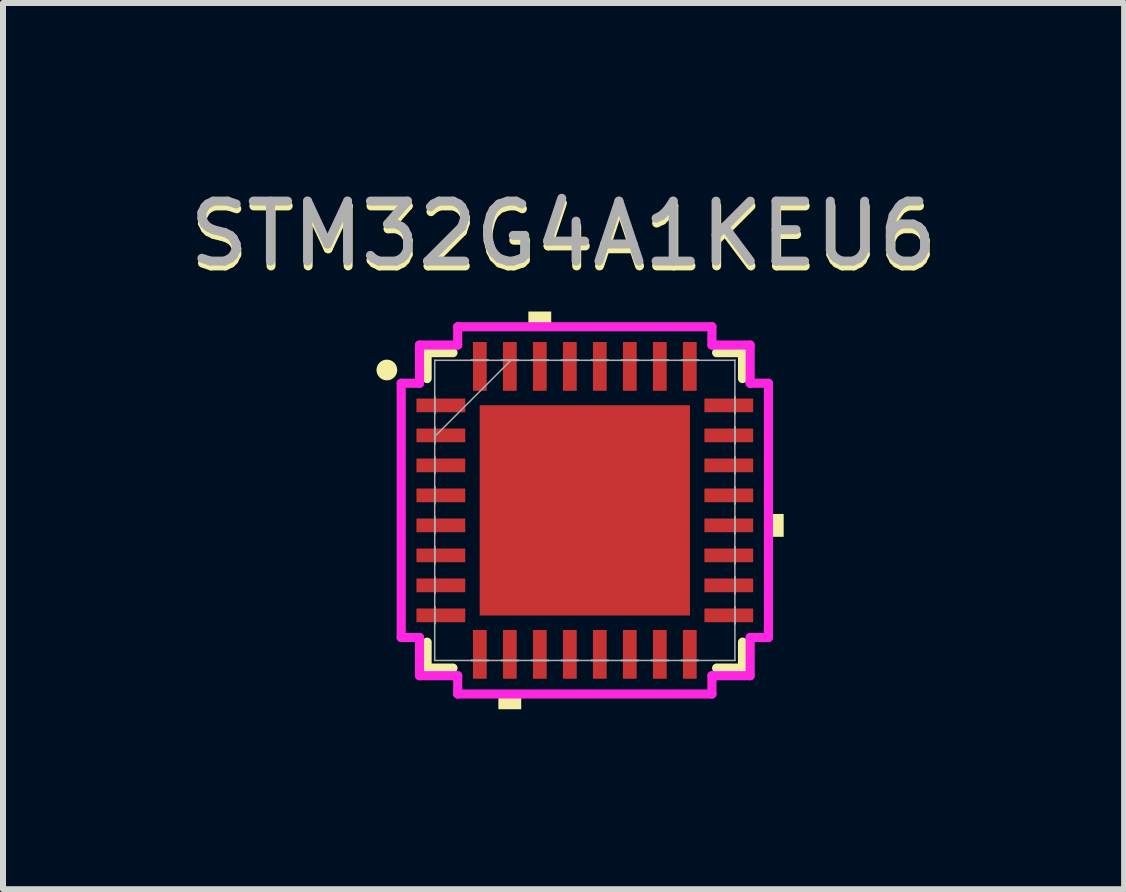
<source format=kicad_pcb>
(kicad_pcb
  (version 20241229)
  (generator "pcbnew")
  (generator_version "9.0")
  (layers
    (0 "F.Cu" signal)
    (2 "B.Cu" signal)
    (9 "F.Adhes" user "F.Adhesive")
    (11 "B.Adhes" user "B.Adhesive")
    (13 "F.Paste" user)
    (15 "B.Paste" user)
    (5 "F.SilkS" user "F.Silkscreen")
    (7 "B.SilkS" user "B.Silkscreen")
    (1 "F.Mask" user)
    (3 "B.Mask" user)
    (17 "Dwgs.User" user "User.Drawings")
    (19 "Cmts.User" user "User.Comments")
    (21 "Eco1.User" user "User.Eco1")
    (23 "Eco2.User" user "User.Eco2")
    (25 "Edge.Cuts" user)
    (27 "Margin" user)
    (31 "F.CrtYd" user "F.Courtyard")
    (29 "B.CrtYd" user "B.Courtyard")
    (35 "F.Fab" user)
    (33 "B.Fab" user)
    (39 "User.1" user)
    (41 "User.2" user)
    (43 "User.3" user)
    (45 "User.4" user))
  (footprint "STM32G4A1KEU6"
    (layer "F.Cu")
    (at 6.699 5.458)
    (property "Reference" "STM32G4A1KEU6" (at -0.35 -4.53 0) (unlocked yes) (layer "F.SilkS") (effects (font (size 1 1) (thickness 0.15))))
    (attr smd)
    (fp_line (start -2.629 -2.629) (end -2.629 -2.197) (stroke (width 0.152) (type solid)) (layer "F.SilkS"))
    (fp_line (start -2.629 2.197) (end -2.629 2.629) (stroke (width 0.152) (type solid)) (layer "F.SilkS"))
    (fp_line (start -2.629 2.629) (end -2.197 2.629) (stroke (width 0.152) (type solid)) (layer "F.SilkS"))
    (fp_line (start -2.197 -2.629) (end -2.629 -2.629) (stroke (width 0.152) (type solid)) (layer "F.SilkS"))
    (fp_line (start 2.197 2.629) (end 2.629 2.629) (stroke (width 0.152) (type solid)) (layer "F.SilkS"))
    (fp_line (start 2.629 -2.629) (end 2.197 -2.629) (stroke (width 0.152) (type solid)) (layer "F.SilkS"))
    (fp_line (start 2.629 -2.197) (end 2.629 -2.629) (stroke (width 0.152) (type solid)) (layer "F.SilkS"))
    (fp_line (start 2.629 2.629) (end 2.629 2.197) (stroke (width 0.152) (type solid)) (layer "F.SilkS"))
    (fp_circle (center -3.3 -2.34) (end -3.187 -2.34) (stroke (width 0.12) (type solid)) (fill yes) (layer "F.SilkS"))
    (fp_poly (pts (xy -1.441 3.061) (xy -1.441 3.315) (xy -1.06 3.315) (xy -1.06 3.061)) (stroke (width 0) (type solid)) (fill yes) (layer "F.SilkS"))
    (fp_poly (pts (xy -0.941 -3.061) (xy -0.941 -3.315) (xy -0.56 -3.315) (xy -0.56 -3.061)) (stroke (width 0) (type solid)) (fill yes) (layer "F.SilkS"))
    (fp_poly (pts (xy 3.315 0.06) (xy 3.315 0.441) (xy 3.061 0.441) (xy 3.061 0.06)) (stroke (width 0) (type solid)) (fill yes) (layer "F.SilkS"))
    (fp_poly (pts (xy -1.653 -1.653) (xy -1.653 -0.1) (xy -0.1 -0.1) (xy -0.1 -1.653)) (stroke (width 0) (type solid)) (fill yes) (layer "F.Paste"))
    (fp_poly (pts (xy -1.653 0.1) (xy -1.653 1.653) (xy -0.1 1.653) (xy -0.1 0.1)) (stroke (width 0) (type solid)) (fill yes) (layer "F.Paste"))
    (fp_poly (pts (xy 0.1 -1.653) (xy 0.1 -0.1) (xy 1.653 -0.1) (xy 1.653 -1.653)) (stroke (width 0) (type solid)) (fill yes) (layer "F.Paste"))
    (fp_poly (pts (xy 0.1 0.1) (xy 0.1 1.653) (xy 1.653 1.653) (xy 1.653 0.1)) (stroke (width 0) (type solid)) (fill yes) (layer "F.Paste"))
    (fp_line (start -3.061 -2.119) (end -2.756 -2.119) (stroke (width 0.152) (type solid)) (layer "F.CrtYd"))
    (fp_line (start -3.061 2.119) (end -3.061 -2.119) (stroke (width 0.152) (type solid)) (layer "F.CrtYd"))
    (fp_line (start -2.756 -2.756) (end -2.119 -2.756) (stroke (width 0.152) (type solid)) (layer "F.CrtYd"))
    (fp_line (start -2.756 -2.119) (end -2.756 -2.756) (stroke (width 0.152) (type solid)) (layer "F.CrtYd"))
    (fp_line (start -2.756 2.119) (end -3.061 2.119) (stroke (width 0.152) (type solid)) (layer "F.CrtYd"))
    (fp_line (start -2.756 2.756) (end -2.756 2.119) (stroke (width 0.152) (type solid)) (layer "F.CrtYd"))
    (fp_line (start -2.119 -3.061) (end 2.119 -3.061) (stroke (width 0.152) (type solid)) (layer "F.CrtYd"))
    (fp_line (start -2.119 -2.756) (end -2.119 -3.061) (stroke (width 0.152) (type solid)) (layer "F.CrtYd"))
    (fp_line (start -2.119 2.756) (end -2.756 2.756) (stroke (width 0.152) (type solid)) (layer "F.CrtYd"))
    (fp_line (start -2.119 3.061) (end -2.119 2.756) (stroke (width 0.152) (type solid)) (layer "F.CrtYd"))
    (fp_line (start 2.119 -3.061) (end 2.119 -2.756) (stroke (width 0.152) (type solid)) (layer "F.CrtYd"))
    (fp_line (start 2.119 -2.756) (end 2.756 -2.756) (stroke (width 0.152) (type solid)) (layer "F.CrtYd"))
    (fp_line (start 2.119 2.756) (end 2.119 3.061) (stroke (width 0.152) (type solid)) (layer "F.CrtYd"))
    (fp_line (start 2.119 3.061) (end -2.119 3.061) (stroke (width 0.152) (type solid)) (layer "F.CrtYd"))
    (fp_line (start 2.756 -2.756) (end 2.756 -2.119) (stroke (width 0.152) (type solid)) (layer "F.CrtYd"))
    (fp_line (start 2.756 -2.119) (end 3.061 -2.119) (stroke (width 0.152) (type solid)) (layer "F.CrtYd"))
    (fp_line (start 2.756 2.119) (end 2.756 2.756) (stroke (width 0.152) (type solid)) (layer "F.CrtYd"))
    (fp_line (start 2.756 2.756) (end 2.119 2.756) (stroke (width 0.152) (type solid)) (layer "F.CrtYd"))
    (fp_line (start 3.061 -2.119) (end 3.061 2.119) (stroke (width 0.152) (type solid)) (layer "F.CrtYd"))
    (fp_line (start 3.061 2.119) (end 2.756 2.119) (stroke (width 0.152) (type solid)) (layer "F.CrtYd"))
    (fp_line (start -2.502 -2.502) (end -2.502 -2.502) (stroke (width 0.025) (type solid)) (layer "F.Fab"))
    (fp_line (start -2.502 -2.502) (end -2.502 2.502) (stroke (width 0.025) (type solid)) (layer "F.Fab"))
    (fp_line (start -2.502 -1.89) (end -2.502 -1.89) (stroke (width 0.025) (type solid)) (layer "F.Fab"))
    (fp_line (start -2.502 -1.89) (end -2.502 -1.611) (stroke (width 0.025) (type solid)) (layer "F.Fab"))
    (fp_line (start -2.502 -1.611) (end -2.502 -1.89) (stroke (width 0.025) (type solid)) (layer "F.Fab"))
    (fp_line (start -2.502 -1.611) (end -2.502 -1.611) (stroke (width 0.025) (type solid)) (layer "F.Fab"))
    (fp_line (start -2.502 -1.39) (end -2.502 -1.39) (stroke (width 0.025) (type solid)) (layer "F.Fab"))
    (fp_line (start -2.502 -1.39) (end -2.502 -1.111) (stroke (width 0.025) (type solid)) (layer "F.Fab"))
    (fp_line (start -2.502 -1.232) (end -1.232 -2.502) (stroke (width 0.025) (type solid)) (layer "F.Fab"))
    (fp_line (start -2.502 -1.111) (end -2.502 -1.39) (stroke (width 0.025) (type solid)) (layer "F.Fab"))
    (fp_line (start -2.502 -1.111) (end -2.502 -1.111) (stroke (width 0.025) (type solid)) (layer "F.Fab"))
    (fp_line (start -2.502 -0.89) (end -2.502 -0.89) (stroke (width 0.025) (type solid)) (layer "F.Fab"))
    (fp_line (start -2.502 -0.89) (end -2.502 -0.61) (stroke (width 0.025) (type solid)) (layer "F.Fab"))
    (fp_line (start -2.502 -0.61) (end -2.502 -0.89) (stroke (width 0.025) (type solid)) (layer "F.Fab"))
    (fp_line (start -2.502 -0.61) (end -2.502 -0.61) (stroke (width 0.025) (type solid)) (layer "F.Fab"))
    (fp_line (start -2.502 -0.39) (end -2.502 -0.39) (stroke (width 0.025) (type solid)) (layer "F.Fab"))
    (fp_line (start -2.502 -0.39) (end -2.502 -0.11) (stroke (width 0.025) (type solid)) (layer "F.Fab"))
    (fp_line (start -2.502 -0.11) (end -2.502 -0.39) (stroke (width 0.025) (type solid)) (layer "F.Fab"))
    (fp_line (start -2.502 -0.11) (end -2.502 -0.11) (stroke (width 0.025) (type solid)) (layer "F.Fab"))
    (fp_line (start -2.502 0.11) (end -2.502 0.11) (stroke (width 0.025) (type solid)) (layer "F.Fab"))
    (fp_line (start -2.502 0.11) (end -2.502 0.39) (stroke (width 0.025) (type solid)) (layer "F.Fab"))
    (fp_line (start -2.502 0.39) (end -2.502 0.11) (stroke (width 0.025) (type solid)) (layer "F.Fab"))
    (fp_line (start -2.502 0.39) (end -2.502 0.39) (stroke (width 0.025) (type solid)) (layer "F.Fab"))
    (fp_line (start -2.502 0.61) (end -2.502 0.61) (stroke (width 0.025) (type solid)) (layer "F.Fab"))
    (fp_line (start -2.502 0.61) (end -2.502 0.89) (stroke (width 0.025) (type solid)) (layer "F.Fab"))
    (fp_line (start -2.502 0.89) (end -2.502 0.61) (stroke (width 0.025) (type solid)) (layer "F.Fab"))
    (fp_line (start -2.502 0.89) (end -2.502 0.89) (stroke (width 0.025) (type solid)) (layer "F.Fab"))
    (fp_line (start -2.502 1.111) (end -2.502 1.111) (stroke (width 0.025) (type solid)) (layer "F.Fab"))
    (fp_line (start -2.502 1.111) (end -2.502 1.39) (stroke (width 0.025) (type solid)) (layer "F.Fab"))
    (fp_line (start -2.502 1.39) (end -2.502 1.111) (stroke (width 0.025) (type solid)) (layer "F.Fab"))
    (fp_line (start -2.502 1.39) (end -2.502 1.39) (stroke (width 0.025) (type solid)) (layer "F.Fab"))
    (fp_line (start -2.502 1.611) (end -2.502 1.611) (stroke (width 0.025) (type solid)) (layer "F.Fab"))
    (fp_line (start -2.502 1.611) (end -2.502 1.89) (stroke (width 0.025) (type solid)) (layer "F.Fab"))
    (fp_line (start -2.502 1.89) (end -2.502 1.611) (stroke (width 0.025) (type solid)) (layer "F.Fab"))
    (fp_line (start -2.502 1.89) (end -2.502 1.89) (stroke (width 0.025) (type solid)) (layer "F.Fab"))
    (fp_line (start -2.502 2.502) (end -2.502 2.502) (stroke (width 0.025) (type solid)) (layer "F.Fab"))
    (fp_line (start -2.502 2.502) (end 2.502 2.502) (stroke (width 0.025) (type solid)) (layer "F.Fab"))
    (fp_line (start -1.89 -2.502) (end -1.89 -2.502) (stroke (width 0.025) (type solid)) (layer "F.Fab"))
    (fp_line (start -1.89 -2.502) (end -1.611 -2.502) (stroke (width 0.025) (type solid)) (layer "F.Fab"))
    (fp_line (start -1.89 2.502) (end -1.89 2.502) (stroke (width 0.025) (type solid)) (layer "F.Fab"))
    (fp_line (start -1.89 2.502) (end -1.611 2.502) (stroke (width 0.025) (type solid)) (layer "F.Fab"))
    (fp_line (start -1.611 -2.502) (end -1.89 -2.502) (stroke (width 0.025) (type solid)) (layer "F.Fab"))
    (fp_line (start -1.611 -2.502) (end -1.611 -2.502) (stroke (width 0.025) (type solid)) (layer "F.Fab"))
    (fp_line (start -1.611 2.502) (end -1.89 2.502) (stroke (width 0.025) (type solid)) (layer "F.Fab"))
    (fp_line (start -1.611 2.502) (end -1.611 2.502) (stroke (width 0.025) (type solid)) (layer "F.Fab"))
    (fp_line (start -1.39 -2.502) (end -1.39 -2.502) (stroke (width 0.025) (type solid)) (layer "F.Fab"))
    (fp_line (start -1.39 -2.502) (end -1.111 -2.502) (stroke (width 0.025) (type solid)) (layer "F.Fab"))
    (fp_line (start -1.39 2.502) (end -1.39 2.502) (stroke (width 0.025) (type solid)) (layer "F.Fab"))
    (fp_line (start -1.39 2.502) (end -1.111 2.502) (stroke (width 0.025) (type solid)) (layer "F.Fab"))
    (fp_line (start -1.111 -2.502) (end -1.39 -2.502) (stroke (width 0.025) (type solid)) (layer "F.Fab"))
    (fp_line (start -1.111 -2.502) (end -1.111 -2.502) (stroke (width 0.025) (type solid)) (layer "F.Fab"))
    (fp_line (start -1.111 2.502) (end -1.39 2.502) (stroke (width 0.025) (type solid)) (layer "F.Fab"))
    (fp_line (start -1.111 2.502) (end -1.111 2.502) (stroke (width 0.025) (type solid)) (layer "F.Fab"))
    (fp_line (start -0.89 -2.502) (end -0.89 -2.502) (stroke (width 0.025) (type solid)) (layer "F.Fab"))
    (fp_line (start -0.89 -2.502) (end -0.61 -2.502) (stroke (width 0.025) (type solid)) (layer "F.Fab"))
    (fp_line (start -0.89 2.502) (end -0.89 2.502) (stroke (width 0.025) (type solid)) (layer "F.Fab"))
    (fp_line (start -0.89 2.502) (end -0.61 2.502) (stroke (width 0.025) (type solid)) (layer "F.Fab"))
    (fp_line (start -0.61 -2.502) (end -0.89 -2.502) (stroke (width 0.025) (type solid)) (layer "F.Fab"))
    (fp_line (start -0.61 -2.502) (end -0.61 -2.502) (stroke (width 0.025) (type solid)) (layer "F.Fab"))
    (fp_line (start -0.61 2.502) (end -0.89 2.502) (stroke (width 0.025) (type solid)) (layer "F.Fab"))
    (fp_line (start -0.61 2.502) (end -0.61 2.502) (stroke (width 0.025) (type solid)) (layer "F.Fab"))
    (fp_line (start -0.39 -2.502) (end -0.39 -2.502) (stroke (width 0.025) (type solid)) (layer "F.Fab"))
    (fp_line (start -0.39 -2.502) (end -0.11 -2.502) (stroke (width 0.025) (type solid)) (layer "F.Fab"))
    (fp_line (start -0.39 2.502) (end -0.39 2.502) (stroke (width 0.025) (type solid)) (layer "F.Fab"))
    (fp_line (start -0.39 2.502) (end -0.11 2.502) (stroke (width 0.025) (type solid)) (layer "F.Fab"))
    (fp_line (start -0.11 -2.502) (end -0.39 -2.502) (stroke (width 0.025) (type solid)) (layer "F.Fab"))
    (fp_line (start -0.11 -2.502) (end -0.11 -2.502) (stroke (width 0.025) (type solid)) (layer "F.Fab"))
    (fp_line (start -0.11 2.502) (end -0.39 2.502) (stroke (width 0.025) (type solid)) (layer "F.Fab"))
    (fp_line (start -0.11 2.502) (end -0.11 2.502) (stroke (width 0.025) (type solid)) (layer "F.Fab"))
    (fp_line (start 0.11 -2.502) (end 0.11 -2.502) (stroke (width 0.025) (type solid)) (layer "F.Fab"))
    (fp_line (start 0.11 -2.502) (end 0.39 -2.502) (stroke (width 0.025) (type solid)) (layer "F.Fab"))
    (fp_line (start 0.11 2.502) (end 0.11 2.502) (stroke (width 0.025) (type solid)) (layer "F.Fab"))
    (fp_line (start 0.11 2.502) (end 0.39 2.502) (stroke (width 0.025) (type solid)) (layer "F.Fab"))
    (fp_line (start 0.39 -2.502) (end 0.11 -2.502) (stroke (width 0.025) (type solid)) (layer "F.Fab"))
    (fp_line (start 0.39 -2.502) (end 0.39 -2.502) (stroke (width 0.025) (type solid)) (layer "F.Fab"))
    (fp_line (start 0.39 2.502) (end 0.11 2.502) (stroke (width 0.025) (type solid)) (layer "F.Fab"))
    (fp_line (start 0.39 2.502) (end 0.39 2.502) (stroke (width 0.025) (type solid)) (layer "F.Fab"))
    (fp_line (start 0.61 -2.502) (end 0.61 -2.502) (stroke (width 0.025) (type solid)) (layer "F.Fab"))
    (fp_line (start 0.61 -2.502) (end 0.89 -2.502) (stroke (width 0.025) (type solid)) (layer "F.Fab"))
    (fp_line (start 0.61 2.502) (end 0.61 2.502) (stroke (width 0.025) (type solid)) (layer "F.Fab"))
    (fp_line (start 0.61 2.502) (end 0.89 2.502) (stroke (width 0.025) (type solid)) (layer "F.Fab"))
    (fp_line (start 0.89 -2.502) (end 0.61 -2.502) (stroke (width 0.025) (type solid)) (layer "F.Fab"))
    (fp_line (start 0.89 -2.502) (end 0.89 -2.502) (stroke (width 0.025) (type solid)) (layer "F.Fab"))
    (fp_line (start 0.89 2.502) (end 0.61 2.502) (stroke (width 0.025) (type solid)) (layer "F.Fab"))
    (fp_line (start 0.89 2.502) (end 0.89 2.502) (stroke (width 0.025) (type solid)) (layer "F.Fab"))
    (fp_line (start 1.111 -2.502) (end 1.111 -2.502) (stroke (width 0.025) (type solid)) (layer "F.Fab"))
    (fp_line (start 1.111 -2.502) (end 1.39 -2.502) (stroke (width 0.025) (type solid)) (layer "F.Fab"))
    (fp_line (start 1.111 2.502) (end 1.111 2.502) (stroke (width 0.025) (type solid)) (layer "F.Fab"))
    (fp_line (start 1.111 2.502) (end 1.39 2.502) (stroke (width 0.025) (type solid)) (layer "F.Fab"))
    (fp_line (start 1.39 -2.502) (end 1.111 -2.502) (stroke (width 0.025) (type solid)) (layer "F.Fab"))
    (fp_line (start 1.39 -2.502) (end 1.39 -2.502) (stroke (width 0.025) (type solid)) (layer "F.Fab"))
    (fp_line (start 1.39 2.502) (end 1.111 2.502) (stroke (width 0.025) (type solid)) (layer "F.Fab"))
    (fp_line (start 1.39 2.502) (end 1.39 2.502) (stroke (width 0.025) (type solid)) (layer "F.Fab"))
    (fp_line (start 1.611 -2.502) (end 1.611 -2.502) (stroke (width 0.025) (type solid)) (layer "F.Fab"))
    (fp_line (start 1.611 -2.502) (end 1.89 -2.502) (stroke (width 0.025) (type solid)) (layer "F.Fab"))
    (fp_line (start 1.611 2.502) (end 1.611 2.502) (stroke (width 0.025) (type solid)) (layer "F.Fab"))
    (fp_line (start 1.611 2.502) (end 1.89 2.502) (stroke (width 0.025) (type solid)) (layer "F.Fab"))
    (fp_line (start 1.89 -2.502) (end 1.611 -2.502) (stroke (width 0.025) (type solid)) (layer "F.Fab"))
    (fp_line (start 1.89 -2.502) (end 1.89 -2.502) (stroke (width 0.025) (type solid)) (layer "F.Fab"))
    (fp_line (start 1.89 2.502) (end 1.611 2.502) (stroke (width 0.025) (type solid)) (layer "F.Fab"))
    (fp_line (start 1.89 2.502) (end 1.89 2.502) (stroke (width 0.025) (type solid)) (layer "F.Fab"))
    (fp_line (start 2.502 -2.502) (end -2.502 -2.502) (stroke (width 0.025) (type solid)) (layer "F.Fab"))
    (fp_line (start 2.502 -2.502) (end 2.502 -2.502) (stroke (width 0.025) (type solid)) (layer "F.Fab"))
    (fp_line (start 2.502 -1.89) (end 2.502 -1.89) (stroke (width 0.025) (type solid)) (layer "F.Fab"))
    (fp_line (start 2.502 -1.89) (end 2.502 -1.611) (stroke (width 0.025) (type solid)) (layer "F.Fab"))
    (fp_line (start 2.502 -1.611) (end 2.502 -1.89) (stroke (width 0.025) (type solid)) (layer "F.Fab"))
    (fp_line (start 2.502 -1.611) (end 2.502 -1.611) (stroke (width 0.025) (type solid)) (layer "F.Fab"))
    (fp_line (start 2.502 -1.39) (end 2.502 -1.39) (stroke (width 0.025) (type solid)) (layer "F.Fab"))
    (fp_line (start 2.502 -1.39) (end 2.502 -1.111) (stroke (width 0.025) (type solid)) (layer "F.Fab"))
    (fp_line (start 2.502 -1.111) (end 2.502 -1.39) (stroke (width 0.025) (type solid)) (layer "F.Fab"))
    (fp_line (start 2.502 -1.111) (end 2.502 -1.111) (stroke (width 0.025) (type solid)) (layer "F.Fab"))
    (fp_line (start 2.502 -0.89) (end 2.502 -0.89) (stroke (width 0.025) (type solid)) (layer "F.Fab"))
    (fp_line (start 2.502 -0.89) (end 2.502 -0.61) (stroke (width 0.025) (type solid)) (layer "F.Fab"))
    (fp_line (start 2.502 -0.61) (end 2.502 -0.89) (stroke (width 0.025) (type solid)) (layer "F.Fab"))
    (fp_line (start 2.502 -0.61) (end 2.502 -0.61) (stroke (width 0.025) (type solid)) (layer "F.Fab"))
    (fp_line (start 2.502 -0.39) (end 2.502 -0.39) (stroke (width 0.025) (type solid)) (layer "F.Fab"))
    (fp_line (start 2.502 -0.39) (end 2.502 -0.11) (stroke (width 0.025) (type solid)) (layer "F.Fab"))
    (fp_line (start 2.502 -0.11) (end 2.502 -0.39) (stroke (width 0.025) (type solid)) (layer "F.Fab"))
    (fp_line (start 2.502 -0.11) (end 2.502 -0.11) (stroke (width 0.025) (type solid)) (layer "F.Fab"))
    (fp_line (start 2.502 0.11) (end 2.502 0.11) (stroke (width 0.025) (type solid)) (layer "F.Fab"))
    (fp_line (start 2.502 0.11) (end 2.502 0.39) (stroke (width 0.025) (type solid)) (layer "F.Fab"))
    (fp_line (start 2.502 0.39) (end 2.502 0.11) (stroke (width 0.025) (type solid)) (layer "F.Fab"))
    (fp_line (start 2.502 0.39) (end 2.502 0.39) (stroke (width 0.025) (type solid)) (layer "F.Fab"))
    (fp_line (start 2.502 0.61) (end 2.502 0.61) (stroke (width 0.025) (type solid)) (layer "F.Fab"))
    (fp_line (start 2.502 0.61) (end 2.502 0.89) (stroke (width 0.025) (type solid)) (layer "F.Fab"))
    (fp_line (start 2.502 0.89) (end 2.502 0.61) (stroke (width 0.025) (type solid)) (layer "F.Fab"))
    (fp_line (start 2.502 0.89) (end 2.502 0.89) (stroke (width 0.025) (type solid)) (layer "F.Fab"))
    (fp_line (start 2.502 1.111) (end 2.502 1.111) (stroke (width 0.025) (type solid)) (layer "F.Fab"))
    (fp_line (start 2.502 1.111) (end 2.502 1.39) (stroke (width 0.025) (type solid)) (layer "F.Fab"))
    (fp_line (start 2.502 1.39) (end 2.502 1.111) (stroke (width 0.025) (type solid)) (layer "F.Fab"))
    (fp_line (start 2.502 1.39) (end 2.502 1.39) (stroke (width 0.025) (type solid)) (layer "F.Fab"))
    (fp_line (start 2.502 1.611) (end 2.502 1.611) (stroke (width 0.025) (type solid)) (layer "F.Fab"))
    (fp_line (start 2.502 1.611) (end 2.502 1.89) (stroke (width 0.025) (type solid)) (layer "F.Fab"))
    (fp_line (start 2.502 1.89) (end 2.502 1.611) (stroke (width 0.025) (type solid)) (layer "F.Fab"))
    (fp_line (start 2.502 1.89) (end 2.502 1.89) (stroke (width 0.025) (type solid)) (layer "F.Fab"))
    (fp_line (start 2.502 2.502) (end 2.502 -2.502) (stroke (width 0.025) (type solid)) (layer "F.Fab"))
    (fp_line (start 2.502 2.502) (end 2.502 2.502) (stroke (width 0.025) (type solid)) (layer "F.Fab"))
    (fp_text user "${REFERENCE}" (at -0.36 -4.61 0) (unlocked yes) (layer "F.Fab") (effects (font (size 1 1) (thickness 0.15))))
    (pad "1" smd rect (at -2.4 -1.75 90) (size 0.229 0.813) (layers "F.Cu" "F.Mask" "F.Paste"))
    (pad "2" smd rect (at -2.4 -1.25 90) (size 0.229 0.813) (layers "F.Cu" "F.Mask" "F.Paste"))
    (pad "3" smd rect (at -2.4 -0.75 90) (size 0.229 0.813) (layers "F.Cu" "F.Mask" "F.Paste"))
    (pad "4" smd rect (at -2.4 -0.25 90) (size 0.229 0.813) (layers "F.Cu" "F.Mask" "F.Paste"))
    (pad "5" smd rect (at -2.4 0.25 90) (size 0.229 0.813) (layers "F.Cu" "F.Mask" "F.Paste"))
    (pad "6" smd rect (at -2.4 0.75 90) (size 0.229 0.813) (layers "F.Cu" "F.Mask" "F.Paste"))
    (pad "7" smd rect (at -2.4 1.25 90) (size 0.229 0.813) (layers "F.Cu" "F.Mask" "F.Paste"))
    (pad "8" smd rect (at -2.4 1.75 90) (size 0.229 0.813) (layers "F.Cu" "F.Mask" "F.Paste"))
    (pad "9" smd rect (at -1.75 2.4) (size 0.229 0.813) (layers "F.Cu" "F.Mask" "F.Paste"))
    (pad "10" smd rect (at -1.25 2.4) (size 0.229 0.813) (layers "F.Cu" "F.Mask" "F.Paste"))
    (pad "11" smd rect (at -0.75 2.4) (size 0.229 0.813) (layers "F.Cu" "F.Mask" "F.Paste"))
    (pad "12" smd rect (at -0.25 2.4) (size 0.229 0.813) (layers "F.Cu" "F.Mask" "F.Paste"))
    (pad "13" smd rect (at 0.25 2.4) (size 0.229 0.813) (layers "F.Cu" "F.Mask" "F.Paste"))
    (pad "14" smd rect (at 0.75 2.4) (size 0.229 0.813) (layers "F.Cu" "F.Mask" "F.Paste"))
    (pad "15" smd rect (at 1.25 2.4) (size 0.229 0.813) (layers "F.Cu" "F.Mask" "F.Paste"))
    (pad "16" smd rect (at 1.75 2.4) (size 0.229 0.813) (layers "F.Cu" "F.Mask" "F.Paste"))
    (pad "17" smd rect (at 2.4 1.75 90) (size 0.229 0.813) (layers "F.Cu" "F.Mask" "F.Paste"))
    (pad "18" smd rect (at 2.4 1.25 90) (size 0.229 0.813) (layers "F.Cu" "F.Mask" "F.Paste"))
    (pad "19" smd rect (at 2.4 0.75 90) (size 0.229 0.813) (layers "F.Cu" "F.Mask" "F.Paste"))
    (pad "20" smd rect (at 2.4 0.25 90) (size 0.229 0.813) (layers "F.Cu" "F.Mask" "F.Paste"))
    (pad "21" smd rect (at 2.4 -0.25 90) (size 0.229 0.813) (layers "F.Cu" "F.Mask" "F.Paste"))
    (pad "22" smd rect (at 2.4 -0.75 90) (size 0.229 0.813) (layers "F.Cu" "F.Mask" "F.Paste"))
    (pad "23" smd rect (at 2.4 -1.25 90) (size 0.229 0.813) (layers "F.Cu" "F.Mask" "F.Paste"))
    (pad "24" smd rect (at 2.4 -1.75 90) (size 0.229 0.813) (layers "F.Cu" "F.Mask" "F.Paste"))
    (pad "25" smd rect (at 1.75 -2.4) (size 0.229 0.813) (layers "F.Cu" "F.Mask" "F.Paste"))
    (pad "26" smd rect (at 1.25 -2.4) (size 0.229 0.813) (layers "F.Cu" "F.Mask" "F.Paste"))
    (pad "27" smd rect (at 0.75 -2.4) (size 0.229 0.813) (layers "F.Cu" "F.Mask" "F.Paste"))
    (pad "28" smd rect (at 0.25 -2.4) (size 0.229 0.813) (layers "F.Cu" "F.Mask" "F.Paste"))
    (pad "29" smd rect (at -0.25 -2.4) (size 0.229 0.813) (layers "F.Cu" "F.Mask" "F.Paste"))
    (pad "30" smd rect (at -0.75 -2.4) (size 0.229 0.813) (layers "F.Cu" "F.Mask" "F.Paste"))
    (pad "31" smd rect (at -1.25 -2.4) (size 0.229 0.813) (layers "F.Cu" "F.Mask" "F.Paste"))
    (pad "32" smd rect (at -1.75 -2.4) (size 0.229 0.813) (layers "F.Cu" "F.Mask" "F.Paste"))
    (pad "33" smd rect (at 0 0) (size 3.505 3.505) (layers "F.Cu" "F.Mask")))
  (gr_rect
    (start -3 -3)
    (end 15.689 11.773)
    (stroke (width 0.1) (type default))
    (fill no)
    (layer "Edge.Cuts")))
</source>
